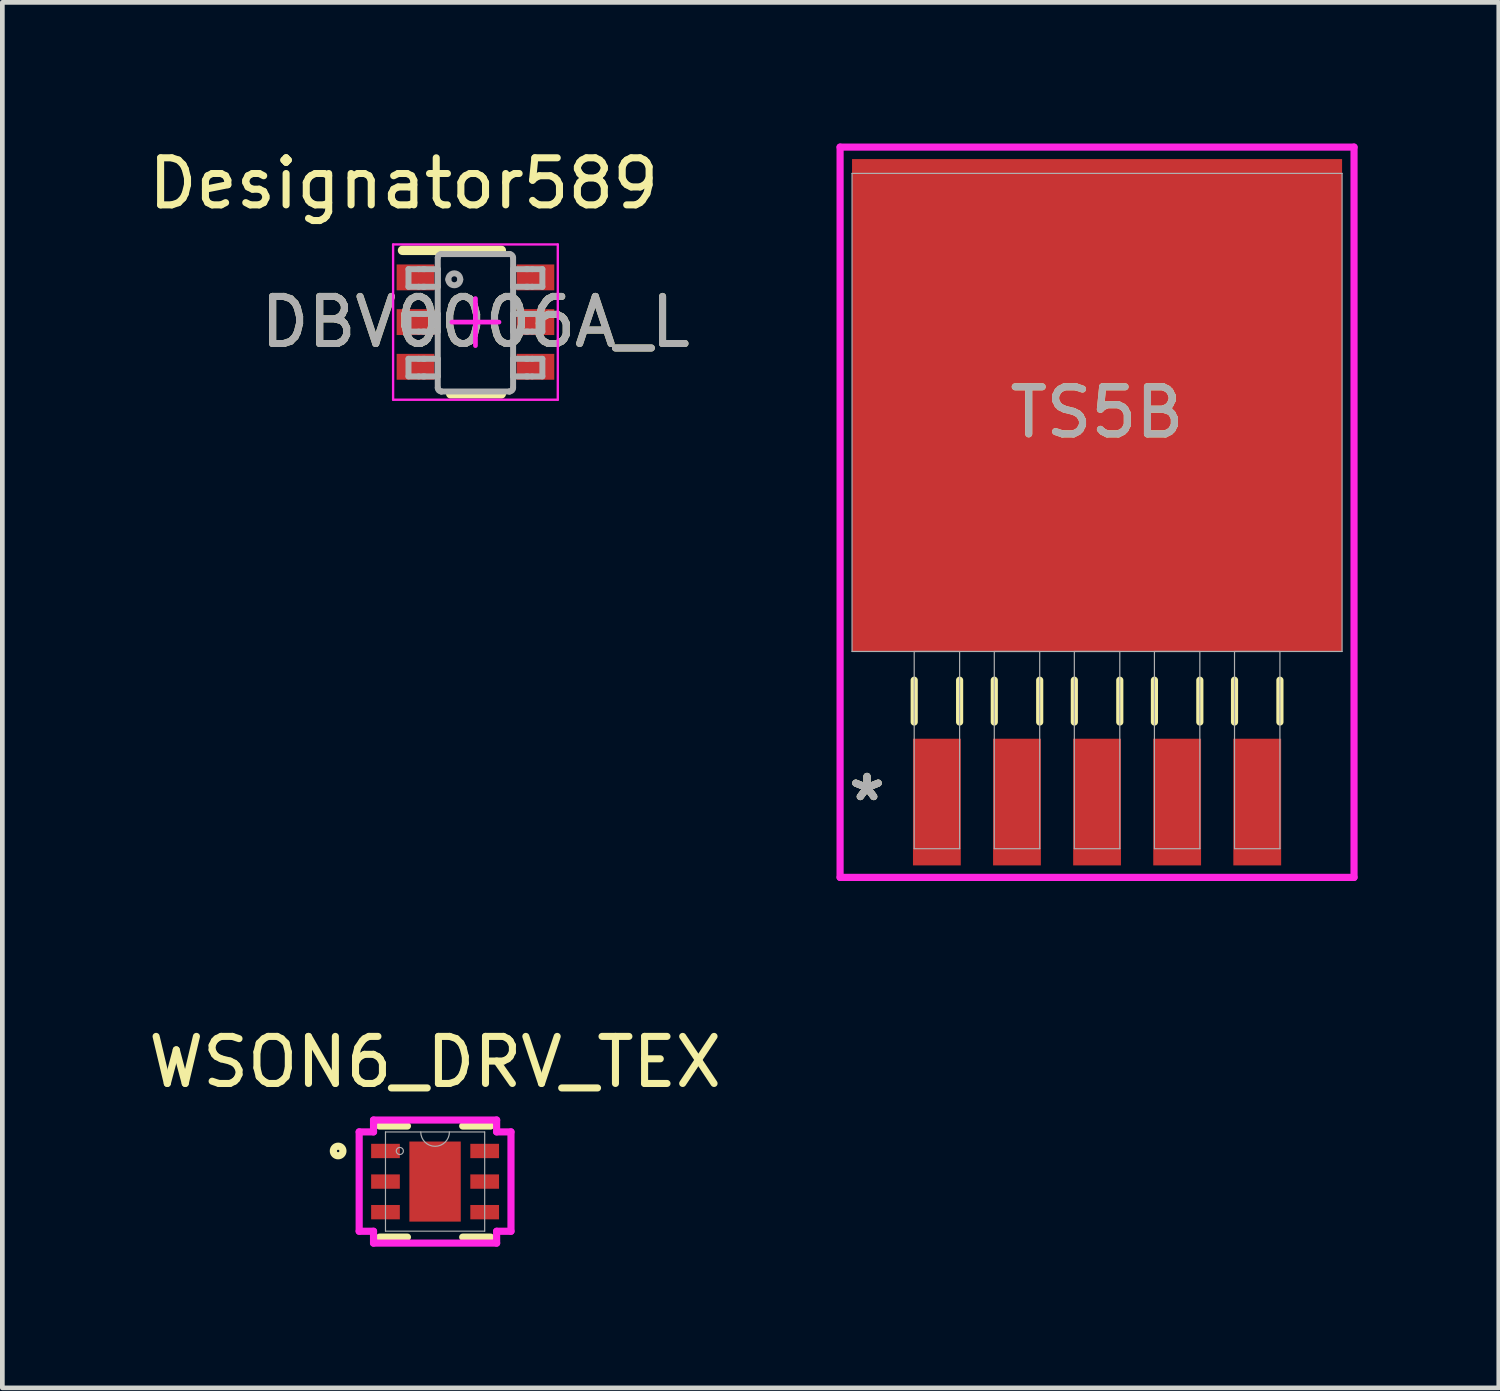
<source format=kicad_pcb>
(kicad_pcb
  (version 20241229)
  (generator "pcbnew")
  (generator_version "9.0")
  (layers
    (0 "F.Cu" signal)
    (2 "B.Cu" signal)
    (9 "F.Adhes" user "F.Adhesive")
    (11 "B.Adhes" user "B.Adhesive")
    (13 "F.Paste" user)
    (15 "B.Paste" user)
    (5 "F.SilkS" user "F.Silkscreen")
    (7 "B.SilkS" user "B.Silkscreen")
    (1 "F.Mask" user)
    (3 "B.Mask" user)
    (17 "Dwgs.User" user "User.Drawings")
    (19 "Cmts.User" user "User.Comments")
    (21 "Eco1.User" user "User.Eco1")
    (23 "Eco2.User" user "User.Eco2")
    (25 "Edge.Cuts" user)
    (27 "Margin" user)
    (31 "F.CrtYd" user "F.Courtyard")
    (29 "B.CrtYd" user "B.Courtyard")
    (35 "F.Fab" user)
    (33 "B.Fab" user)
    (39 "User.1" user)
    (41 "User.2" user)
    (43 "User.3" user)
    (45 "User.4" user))
  (footprint "DBV0006A_L"
    (layer "F.Cu")
    (at 7.054 3.795)
    (property "Reference" "DBV0006A_L" (at 0 0 0) (unlocked yes) (layer "F.SilkS") (effects (font (size 1 1) (thickness 0.15))))
    (attr smd)
    (fp_line (start -1.55 -1.525) (end 0.55 -1.525) (stroke (width 0.2) (type solid)) (layer "F.SilkS"))
    (fp_line (start -0.525 1.525) (end 0.55 1.525) (stroke (width 0.2) (type solid)) (layer "F.SilkS"))
    (fp_line (start -1.75 -1.65) (end 1.75 -1.65) (stroke (width 0.05) (type solid)) (layer "F.CrtYd"))
    (fp_line (start -1.75 1.65) (end -1.75 -1.65) (stroke (width 0.05) (type solid)) (layer "F.CrtYd"))
    (fp_line (start -1.75 1.65) (end 1.75 1.65) (stroke (width 0.05) (type solid)) (layer "F.CrtYd"))
    (fp_line (start -0.5 0) (end 0.5 0) (stroke (width 0.1) (type solid)) (layer "F.CrtYd"))
    (fp_line (start 0 0.5) (end 0 -0.5) (stroke (width 0.1) (type solid)) (layer "F.CrtYd"))
    (fp_line (start 1.75 1.65) (end 1.75 -1.65) (stroke (width 0.05) (type solid)) (layer "F.CrtYd"))
    (fp_line (start -1.423 -1.125) (end -1.206 -1.125) (stroke (width 0.127) (type solid)) (layer "F.Fab"))
    (fp_line (start -1.423 -0.751) (end -1.423 -1.125) (stroke (width 0.127) (type solid)) (layer "F.Fab"))
    (fp_line (start -1.423 -0.751) (end -1.206 -0.751) (stroke (width 0.127) (type solid)) (layer "F.Fab"))
    (fp_line (start -1.423 -0.173) (end -1.206 -0.173) (stroke (width 0.127) (type solid)) (layer "F.Fab"))
    (fp_line (start -1.423 0.202) (end -1.423 -0.173) (stroke (width 0.127) (type solid)) (layer "F.Fab"))
    (fp_line (start -1.423 0.202) (end -1.206 0.202) (stroke (width 0.127) (type solid)) (layer "F.Fab"))
    (fp_line (start -1.423 0.78) (end -1.206 0.78) (stroke (width 0.127) (type solid)) (layer "F.Fab"))
    (fp_line (start -1.423 1.154) (end -1.423 0.78) (stroke (width 0.127) (type solid)) (layer "F.Fab"))
    (fp_line (start -1.423 1.154) (end -1.206 1.154) (stroke (width 0.127) (type solid)) (layer "F.Fab"))
    (fp_line (start -1.206 -1.125) (end -1.113 -1.125) (stroke (width 0.127) (type solid)) (layer "F.Fab"))
    (fp_line (start -1.206 -0.751) (end -1.113 -0.751) (stroke (width 0.127) (type solid)) (layer "F.Fab"))
    (fp_line (start -1.206 -0.173) (end -1.113 -0.173) (stroke (width 0.127) (type solid)) (layer "F.Fab"))
    (fp_line (start -1.206 0.202) (end -1.113 0.202) (stroke (width 0.127) (type solid)) (layer "F.Fab"))
    (fp_line (start -1.206 0.78) (end -1.113 0.78) (stroke (width 0.127) (type solid)) (layer "F.Fab"))
    (fp_line (start -1.206 1.154) (end -1.113 1.154) (stroke (width 0.127) (type solid)) (layer "F.Fab"))
    (fp_line (start -1.113 -1.125) (end -1.081 -1.125) (stroke (width 0.127) (type solid)) (layer "F.Fab"))
    (fp_line (start -1.113 -0.751) (end -1.081 -0.751) (stroke (width 0.127) (type solid)) (layer "F.Fab"))
    (fp_line (start -1.113 -0.173) (end -1.081 -0.173) (stroke (width 0.127) (type solid)) (layer "F.Fab"))
    (fp_line (start -1.113 0.202) (end -1.081 0.202) (stroke (width 0.127) (type solid)) (layer "F.Fab"))
    (fp_line (start -1.113 0.78) (end -1.081 0.78) (stroke (width 0.127) (type solid)) (layer "F.Fab"))
    (fp_line (start -1.113 1.154) (end -1.081 1.154) (stroke (width 0.127) (type solid)) (layer "F.Fab"))
    (fp_line (start -1.081 -1.125) (end -0.828 -1.125) (stroke (width 0.127) (type solid)) (layer "F.Fab"))
    (fp_line (start -1.081 -0.751) (end -0.828 -0.751) (stroke (width 0.127) (type solid)) (layer "F.Fab"))
    (fp_line (start -1.081 -0.173) (end -0.828 -0.173) (stroke (width 0.127) (type solid)) (layer "F.Fab"))
    (fp_line (start -1.081 0.202) (end -0.828 0.202) (stroke (width 0.127) (type solid)) (layer "F.Fab"))
    (fp_line (start -1.081 0.78) (end -0.828 0.78) (stroke (width 0.127) (type solid)) (layer "F.Fab"))
    (fp_line (start -1.081 1.154) (end -0.828 1.154) (stroke (width 0.127) (type solid)) (layer "F.Fab"))
    (fp_line (start -0.828 -1.125) (end -0.801 -1.125) (stroke (width 0.127) (type solid)) (layer "F.Fab"))
    (fp_line (start -0.828 -0.751) (end -0.801 -0.751) (stroke (width 0.127) (type solid)) (layer "F.Fab"))
    (fp_line (start -0.828 -0.173) (end -0.801 -0.173) (stroke (width 0.127) (type solid)) (layer "F.Fab"))
    (fp_line (start -0.828 0.202) (end -0.801 0.202) (stroke (width 0.127) (type solid)) (layer "F.Fab"))
    (fp_line (start -0.828 0.78) (end -0.801 0.78) (stroke (width 0.127) (type solid)) (layer "F.Fab"))
    (fp_line (start -0.828 1.154) (end -0.801 1.154) (stroke (width 0.127) (type solid)) (layer "F.Fab"))
    (fp_line (start -0.801 -0.751) (end -0.801 -1.125) (stroke (width 0.127) (type solid)) (layer "F.Fab"))
    (fp_line (start -0.801 0.202) (end -0.801 -0.173) (stroke (width 0.127) (type solid)) (layer "F.Fab"))
    (fp_line (start -0.801 1.154) (end -0.801 0.78) (stroke (width 0.127) (type solid)) (layer "F.Fab"))
    (fp_line (start -0.801 1.399) (end -0.801 -1.37) (stroke (width 0.127) (type solid)) (layer "F.Fab"))
    (fp_line (start -0.725 -1.446) (end -0.724 -1.446) (stroke (width 0.127) (type solid)) (layer "F.Fab"))
    (fp_line (start -0.725 1.475) (end -0.724 1.475) (stroke (width 0.127) (type solid)) (layer "F.Fab"))
    (fp_line (start -0.724 -1.446) (end 0.723 -1.446) (stroke (width 0.127) (type solid)) (layer "F.Fab"))
    (fp_line (start -0.724 1.475) (end 0.723 1.475) (stroke (width 0.127) (type solid)) (layer "F.Fab"))
    (fp_line (start 0.723 -1.446) (end 0.724 -1.446) (stroke (width 0.127) (type solid)) (layer "F.Fab"))
    (fp_line (start 0.723 1.475) (end 0.724 1.475) (stroke (width 0.127) (type solid)) (layer "F.Fab"))
    (fp_line (start 0.8 -1.125) (end 0.827 -1.125) (stroke (width 0.127) (type solid)) (layer "F.Fab"))
    (fp_line (start 0.8 -0.751) (end 0.8 -1.125) (stroke (width 0.127) (type solid)) (layer "F.Fab"))
    (fp_line (start 0.8 -0.751) (end 0.827 -0.751) (stroke (width 0.127) (type solid)) (layer "F.Fab"))
    (fp_line (start 0.8 -0.173) (end 0.827 -0.173) (stroke (width 0.127) (type solid)) (layer "F.Fab"))
    (fp_line (start 0.8 0.202) (end 0.8 -0.173) (stroke (width 0.127) (type solid)) (layer "F.Fab"))
    (fp_line (start 0.8 0.202) (end 0.827 0.202) (stroke (width 0.127) (type solid)) (layer "F.Fab"))
    (fp_line (start 0.8 0.78) (end 0.827 0.78) (stroke (width 0.127) (type solid)) (layer "F.Fab"))
    (fp_line (start 0.8 1.154) (end 0.8 0.78) (stroke (width 0.127) (type solid)) (layer "F.Fab"))
    (fp_line (start 0.8 1.154) (end 0.827 1.154) (stroke (width 0.127) (type solid)) (layer "F.Fab"))
    (fp_line (start 0.8 1.399) (end 0.8 -1.37) (stroke (width 0.127) (type solid)) (layer "F.Fab"))
    (fp_line (start 0.827 -1.125) (end 1.08 -1.125) (stroke (width 0.127) (type solid)) (layer "F.Fab"))
    (fp_line (start 0.827 -0.751) (end 1.08 -0.751) (stroke (width 0.127) (type solid)) (layer "F.Fab"))
    (fp_line (start 0.827 -0.173) (end 1.08 -0.173) (stroke (width 0.127) (type solid)) (layer "F.Fab"))
    (fp_line (start 0.827 0.202) (end 1.08 0.202) (stroke (width 0.127) (type solid)) (layer "F.Fab"))
    (fp_line (start 0.827 0.78) (end 1.08 0.78) (stroke (width 0.127) (type solid)) (layer "F.Fab"))
    (fp_line (start 0.827 1.154) (end 1.08 1.154) (stroke (width 0.127) (type solid)) (layer "F.Fab"))
    (fp_line (start 1.08 -1.125) (end 1.112 -1.125) (stroke (width 0.127) (type solid)) (layer "F.Fab"))
    (fp_line (start 1.08 -0.751) (end 1.112 -0.751) (stroke (width 0.127) (type solid)) (layer "F.Fab"))
    (fp_line (start 1.08 -0.173) (end 1.112 -0.173) (stroke (width 0.127) (type solid)) (layer "F.Fab"))
    (fp_line (start 1.08 0.202) (end 1.112 0.202) (stroke (width 0.127) (type solid)) (layer "F.Fab"))
    (fp_line (start 1.08 0.78) (end 1.112 0.78) (stroke (width 0.127) (type solid)) (layer "F.Fab"))
    (fp_line (start 1.08 1.154) (end 1.112 1.154) (stroke (width 0.127) (type solid)) (layer "F.Fab"))
    (fp_line (start 1.112 -1.125) (end 1.205 -1.125) (stroke (width 0.127) (type solid)) (layer "F.Fab"))
    (fp_line (start 1.112 -0.751) (end 1.205 -0.751) (stroke (width 0.127) (type solid)) (layer "F.Fab"))
    (fp_line (start 1.112 -0.173) (end 1.205 -0.173) (stroke (width 0.127) (type solid)) (layer "F.Fab"))
    (fp_line (start 1.112 0.202) (end 1.205 0.202) (stroke (width 0.127) (type solid)) (layer "F.Fab"))
    (fp_line (start 1.112 0.78) (end 1.205 0.78) (stroke (width 0.127) (type solid)) (layer "F.Fab"))
    (fp_line (start 1.112 1.154) (end 1.205 1.154) (stroke (width 0.127) (type solid)) (layer "F.Fab"))
    (fp_line (start 1.205 -1.125) (end 1.422 -1.125) (stroke (width 0.127) (type solid)) (layer "F.Fab"))
    (fp_line (start 1.205 -0.751) (end 1.422 -0.751) (stroke (width 0.127) (type solid)) (layer "F.Fab"))
    (fp_line (start 1.205 -0.173) (end 1.422 -0.173) (stroke (width 0.127) (type solid)) (layer "F.Fab"))
    (fp_line (start 1.205 0.202) (end 1.422 0.202) (stroke (width 0.127) (type solid)) (layer "F.Fab"))
    (fp_line (start 1.205 0.78) (end 1.422 0.78) (stroke (width 0.127) (type solid)) (layer "F.Fab"))
    (fp_line (start 1.205 1.154) (end 1.422 1.154) (stroke (width 0.127) (type solid)) (layer "F.Fab"))
    (fp_line (start 1.422 -0.751) (end 1.422 -1.125) (stroke (width 0.127) (type solid)) (layer "F.Fab"))
    (fp_line (start 1.422 0.202) (end 1.422 -0.173) (stroke (width 0.127) (type solid)) (layer "F.Fab"))
    (fp_line (start 1.422 1.154) (end 1.422 0.78) (stroke (width 0.127) (type solid)) (layer "F.Fab"))
    (fp_arc (start -0.800692 -1.369901) (mid -0.778512 -1.423533) (end -0.724999 -1.446) (stroke (width 0.127) (type solid)) (layer "F.Fab"))
    (fp_arc (start -0.724999 1.475002) (mid -0.778507 1.452548) (end -0.800692 1.398928) (stroke (width 0.127) (type solid)) (layer "F.Fab"))
    (fp_arc (start -0.576537 -0.906071) (mid -0.449562 -1.033046) (end -0.322588 -0.906071) (stroke (width 0.127) (type solid)) (layer "F.Fab"))
    (fp_arc (start -0.322588 -0.906071) (mid -0.449562 -0.779097) (end -0.576537 -0.906071) (stroke (width 0.127) (type solid)) (layer "F.Fab"))
    (fp_arc (start 0.723841 -1.446) (mid 0.777341 -1.423528) (end 0.799508 -1.369901) (stroke (width 0.127) (type solid)) (layer "F.Fab"))
    (fp_arc (start 0.799508 1.398928) (mid 0.777336 1.452543) (end 0.723841 1.475002) (stroke (width 0.127) (type solid)) (layer "F.Fab"))
    (fp_text user "Designator589" (at -1.524 -2.946 0) (unlocked yes) (layer "F.SilkS") (effects (font (size 1 1) (thickness 0.15))))
    (fp_text user "${REFERENCE}" (at 0 0 0) (unlocked yes) (layer "F.Fab") (effects (font (size 1 1) (thickness 0.15))))
    (pad "1" smd rect (at -1.275 -0.95 90) (size 0.55 0.8) (layers "F.Cu" "F.Mask" "F.Paste"))
    (pad "2" smd rect (at -1.275 0 90) (size 0.55 0.8) (layers "F.Cu" "F.Mask" "F.Paste"))
    (pad "3" smd rect (at -1.275 0.95 90) (size 0.55 0.8) (layers "F.Cu" "F.Mask" "F.Paste"))
    (pad "4" smd rect (at 1.275 0.95 90) (size 0.55 0.8) (layers "F.Cu" "F.Mask" "F.Paste"))
    (pad "5" smd rect (at 1.275 0 90) (size 0.55 0.8) (layers "F.Cu" "F.Mask" "F.Paste"))
    (pad "6" smd rect (at 1.275 -0.95 90) (size 0.55 0.8) (layers "F.Cu" "F.Mask" "F.Paste")))
  (footprint "WSON6_DRV_TEX"
    (layer "F.Cu")
    (at 6.196 22.06)
    (property "Reference" "WSON6_DRV_TEX" (at 0 -2.54 0) (unlocked yes) (layer "F.SilkS") (effects (font (size 1 1) (thickness 0.15))))
    (attr smd)
    (fp_line (start -1.181 1.181) (end -0.587 1.181) (stroke (width 0.152) (type solid)) (layer "F.SilkS"))
    (fp_line (start -0.587 -1.181) (end -1.181 -1.181) (stroke (width 0.152) (type solid)) (layer "F.SilkS"))
    (fp_line (start 0.587 1.181) (end 1.181 1.181) (stroke (width 0.152) (type solid)) (layer "F.SilkS"))
    (fp_line (start 1.181 -1.181) (end 0.587 -1.181) (stroke (width 0.152) (type solid)) (layer "F.SilkS"))
    (fp_circle (center -2.06 -0.65) (end -1.958 -0.65) (stroke (width 0.152) (type solid)) (fill no) (layer "F.SilkS"))
    (fp_line (start -1.613 -1.056) (end -1.308 -1.056) (stroke (width 0.152) (type solid)) (layer "F.CrtYd"))
    (fp_line (start -1.613 1.056) (end -1.613 -1.056) (stroke (width 0.152) (type solid)) (layer "F.CrtYd"))
    (fp_line (start -1.613 1.056) (end -1.308 1.056) (stroke (width 0.152) (type solid)) (layer "F.CrtYd"))
    (fp_line (start -1.308 -1.308) (end 1.308 -1.308) (stroke (width 0.152) (type solid)) (layer "F.CrtYd"))
    (fp_line (start -1.308 -1.056) (end -1.308 -1.308) (stroke (width 0.152) (type solid)) (layer "F.CrtYd"))
    (fp_line (start -1.308 1.308) (end -1.308 1.056) (stroke (width 0.152) (type solid)) (layer "F.CrtYd"))
    (fp_line (start 1.308 -1.308) (end 1.308 -1.056) (stroke (width 0.152) (type solid)) (layer "F.CrtYd"))
    (fp_line (start 1.308 1.056) (end 1.308 1.308) (stroke (width 0.152) (type solid)) (layer "F.CrtYd"))
    (fp_line (start 1.308 1.308) (end -1.308 1.308) (stroke (width 0.152) (type solid)) (layer "F.CrtYd"))
    (fp_line (start 1.613 -1.056) (end 1.308 -1.056) (stroke (width 0.152) (type solid)) (layer "F.CrtYd"))
    (fp_line (start 1.613 -1.056) (end 1.613 1.056) (stroke (width 0.152) (type solid)) (layer "F.CrtYd"))
    (fp_line (start 1.613 1.056) (end 1.308 1.056) (stroke (width 0.152) (type solid)) (layer "F.CrtYd"))
    (fp_line (start -1.054 -1.054) (end -1.054 1.054) (stroke (width 0.025) (type solid)) (layer "F.Fab"))
    (fp_line (start -1.054 1.054) (end 1.054 1.054) (stroke (width 0.025) (type solid)) (layer "F.Fab"))
    (fp_line (start 1.054 -1.054) (end -1.054 -1.054) (stroke (width 0.025) (type solid)) (layer "F.Fab"))
    (fp_line (start 1.054 1.054) (end 1.054 -1.054) (stroke (width 0.025) (type solid)) (layer "F.Fab"))
    (fp_arc (start 0.3048 -1.0541) (mid 0 -0.7493) (end -0.3048 -1.0541) (stroke (width 0.0254) (type solid)) (layer "F.Fab"))
    (fp_circle (center -0.749 -0.65) (end -0.673 -0.65) (stroke (width 0.025) (type solid)) (fill no) (layer "F.Fab"))
    (pad "1" smd rect (at -1.054 -0.65) (size 0.61 0.305) (layers "F.Cu" "F.Mask" "F.Paste"))
    (pad "2" smd rect (at -1.054 0) (size 0.61 0.305) (layers "F.Cu" "F.Mask" "F.Paste"))
    (pad "3" smd rect (at -1.054 0.65) (size 0.61 0.305) (layers "F.Cu" "F.Mask" "F.Paste"))
    (pad "4" smd rect (at 1.054 0.65) (size 0.61 0.305) (layers "F.Cu" "F.Mask" "F.Paste"))
    (pad "5" smd rect (at 1.054 0) (size 0.61 0.305) (layers "F.Cu" "F.Mask" "F.Paste"))
    (pad "6" smd rect (at 1.054 -0.65) (size 0.61 0.305) (layers "F.Cu" "F.Mask" "F.Paste"))
    (pad "7" smd rect (at 0 0) (size 1.092 1.702) (layers "F.Cu" "F.Mask" "F.Paste")))
  (footprint "TS5B"
    (layer "F.Cu")
    (at 20.264 5.715)
    (property "Reference" "TS5B" (at 0 0 0) (unlocked yes) (layer "F.SilkS") (effects (font (size 1 1) (thickness 0.15))))
    (attr smd)
    (fp_line (start -3.886 5.69) (end -3.886 6.579) (stroke (width 0.152) (type solid)) (layer "F.SilkS"))
    (fp_line (start -2.921 5.69) (end -2.921 6.579) (stroke (width 0.152) (type solid)) (layer "F.SilkS"))
    (fp_line (start -2.184 5.69) (end -2.184 6.579) (stroke (width 0.152) (type solid)) (layer "F.SilkS"))
    (fp_line (start -1.219 5.69) (end -1.219 6.579) (stroke (width 0.152) (type solid)) (layer "F.SilkS"))
    (fp_line (start -0.483 5.69) (end -0.483 6.579) (stroke (width 0.152) (type solid)) (layer "F.SilkS"))
    (fp_line (start 0.483 5.69) (end 0.483 6.579) (stroke (width 0.152) (type solid)) (layer "F.SilkS"))
    (fp_line (start 1.219 5.69) (end 1.219 6.579) (stroke (width 0.152) (type solid)) (layer "F.SilkS"))
    (fp_line (start 2.184 5.69) (end 2.184 6.579) (stroke (width 0.152) (type solid)) (layer "F.SilkS"))
    (fp_line (start 2.921 5.69) (end 2.921 6.579) (stroke (width 0.152) (type solid)) (layer "F.SilkS"))
    (fp_line (start 3.886 5.69) (end 3.886 6.579) (stroke (width 0.152) (type solid)) (layer "F.SilkS"))
    (fp_line (start -5.461 -5.639) (end 5.461 -5.639) (stroke (width 0.152) (type solid)) (layer "F.CrtYd"))
    (fp_line (start -5.461 9.881) (end -5.461 -5.639) (stroke (width 0.152) (type solid)) (layer "F.CrtYd"))
    (fp_line (start 5.461 -5.639) (end 5.461 9.881) (stroke (width 0.152) (type solid)) (layer "F.CrtYd"))
    (fp_line (start 5.461 9.881) (end -5.461 9.881) (stroke (width 0.152) (type solid)) (layer "F.CrtYd"))
    (fp_line (start -5.207 -5.08) (end -5.207 5.08) (stroke (width 0.025) (type solid)) (layer "F.Fab"))
    (fp_line (start -5.207 5.08) (end 5.207 5.08) (stroke (width 0.025) (type solid)) (layer "F.Fab"))
    (fp_line (start -3.886 5.08) (end -3.886 9.271) (stroke (width 0.025) (type solid)) (layer "F.Fab"))
    (fp_line (start -3.886 9.271) (end -2.921 9.271) (stroke (width 0.025) (type solid)) (layer "F.Fab"))
    (fp_line (start -2.921 5.08) (end -3.886 5.08) (stroke (width 0.025) (type solid)) (layer "F.Fab"))
    (fp_line (start -2.921 9.271) (end -2.921 5.08) (stroke (width 0.025) (type solid)) (layer "F.Fab"))
    (fp_line (start -2.184 5.08) (end -2.184 9.271) (stroke (width 0.025) (type solid)) (layer "F.Fab"))
    (fp_line (start -2.184 9.271) (end -1.219 9.271) (stroke (width 0.025) (type solid)) (layer "F.Fab"))
    (fp_line (start -1.219 5.08) (end -2.184 5.08) (stroke (width 0.025) (type solid)) (layer "F.Fab"))
    (fp_line (start -1.219 9.271) (end -1.219 5.08) (stroke (width 0.025) (type solid)) (layer "F.Fab"))
    (fp_line (start -0.483 5.08) (end -0.483 9.271) (stroke (width 0.025) (type solid)) (layer "F.Fab"))
    (fp_line (start -0.483 9.271) (end 0.483 9.271) (stroke (width 0.025) (type solid)) (layer "F.Fab"))
    (fp_line (start 0.483 5.08) (end -0.483 5.08) (stroke (width 0.025) (type solid)) (layer "F.Fab"))
    (fp_line (start 0.483 9.271) (end 0.483 5.08) (stroke (width 0.025) (type solid)) (layer "F.Fab"))
    (fp_line (start 1.219 5.08) (end 1.219 9.271) (stroke (width 0.025) (type solid)) (layer "F.Fab"))
    (fp_line (start 1.219 9.271) (end 2.184 9.271) (stroke (width 0.025) (type solid)) (layer "F.Fab"))
    (fp_line (start 2.184 5.08) (end 1.219 5.08) (stroke (width 0.025) (type solid)) (layer "F.Fab"))
    (fp_line (start 2.184 9.271) (end 2.184 5.08) (stroke (width 0.025) (type solid)) (layer "F.Fab"))
    (fp_line (start 2.921 5.08) (end 2.921 9.271) (stroke (width 0.025) (type solid)) (layer "F.Fab"))
    (fp_line (start 2.921 9.271) (end 3.886 9.271) (stroke (width 0.025) (type solid)) (layer "F.Fab"))
    (fp_line (start 3.886 5.08) (end 2.921 5.08) (stroke (width 0.025) (type solid)) (layer "F.Fab"))
    (fp_line (start 3.886 9.271) (end 3.886 5.08) (stroke (width 0.025) (type solid)) (layer "F.Fab"))
    (fp_line (start 5.207 -5.08) (end -5.207 -5.08) (stroke (width 0.025) (type solid)) (layer "F.Fab"))
    (fp_line (start 5.207 5.08) (end 5.207 -5.08) (stroke (width 0.025) (type solid)) (layer "F.Fab"))
    (fp_text user "*" (at -4.889 8.28 0) (unlocked yes) (layer "F.SilkS") (effects (font (size 1 1) (thickness 0.15))))
    (fp_text user "*" (at -4.889 8.28 0) (layer "F.SilkS") (effects (font (size 1 1) (thickness 0.15))))
    (fp_text user "*" (at -4.889 8.28 0) (layer "F.Fab") (effects (font (size 1 1) (thickness 0.15))))
    (fp_text user "*" (at -4.889 8.28 0) (unlocked yes) (layer "F.Fab") (effects (font (size 1 1) (thickness 0.15))))
    (fp_text user "${REFERENCE}" (at 0 0 0) (unlocked yes) (layer "F.Fab") (effects (font (size 1 1) (thickness 0.15))))
    (pad "1" smd rect (at -3.404 8.28) (size 1.016 2.692) (layers "F.Cu" "F.Mask" "F.Paste"))
    (pad "2" smd rect (at -1.702 8.28) (size 1.016 2.692) (layers "F.Cu" "F.Mask" "F.Paste"))
    (pad "3" smd rect (at 0 8.28) (size 1.016 2.692) (layers "F.Cu" "F.Mask" "F.Paste"))
    (pad "4" smd rect (at 1.702 8.28) (size 1.016 2.692) (layers "F.Cu" "F.Mask" "F.Paste"))
    (pad "5" smd rect (at 3.404 8.28) (size 1.016 2.692) (layers "F.Cu" "F.Mask" "F.Paste"))
    (pad "6" smd rect (at 0 -0.152) (size 10.414 10.465) (layers "F.Cu" "F.Mask" "F.Paste")))
  (gr_rect
    (start -3 -3)
    (end 28.801 26.444)
    (stroke (width 0.1) (type default))
    (fill no)
    (layer "Edge.Cuts")))
</source>
